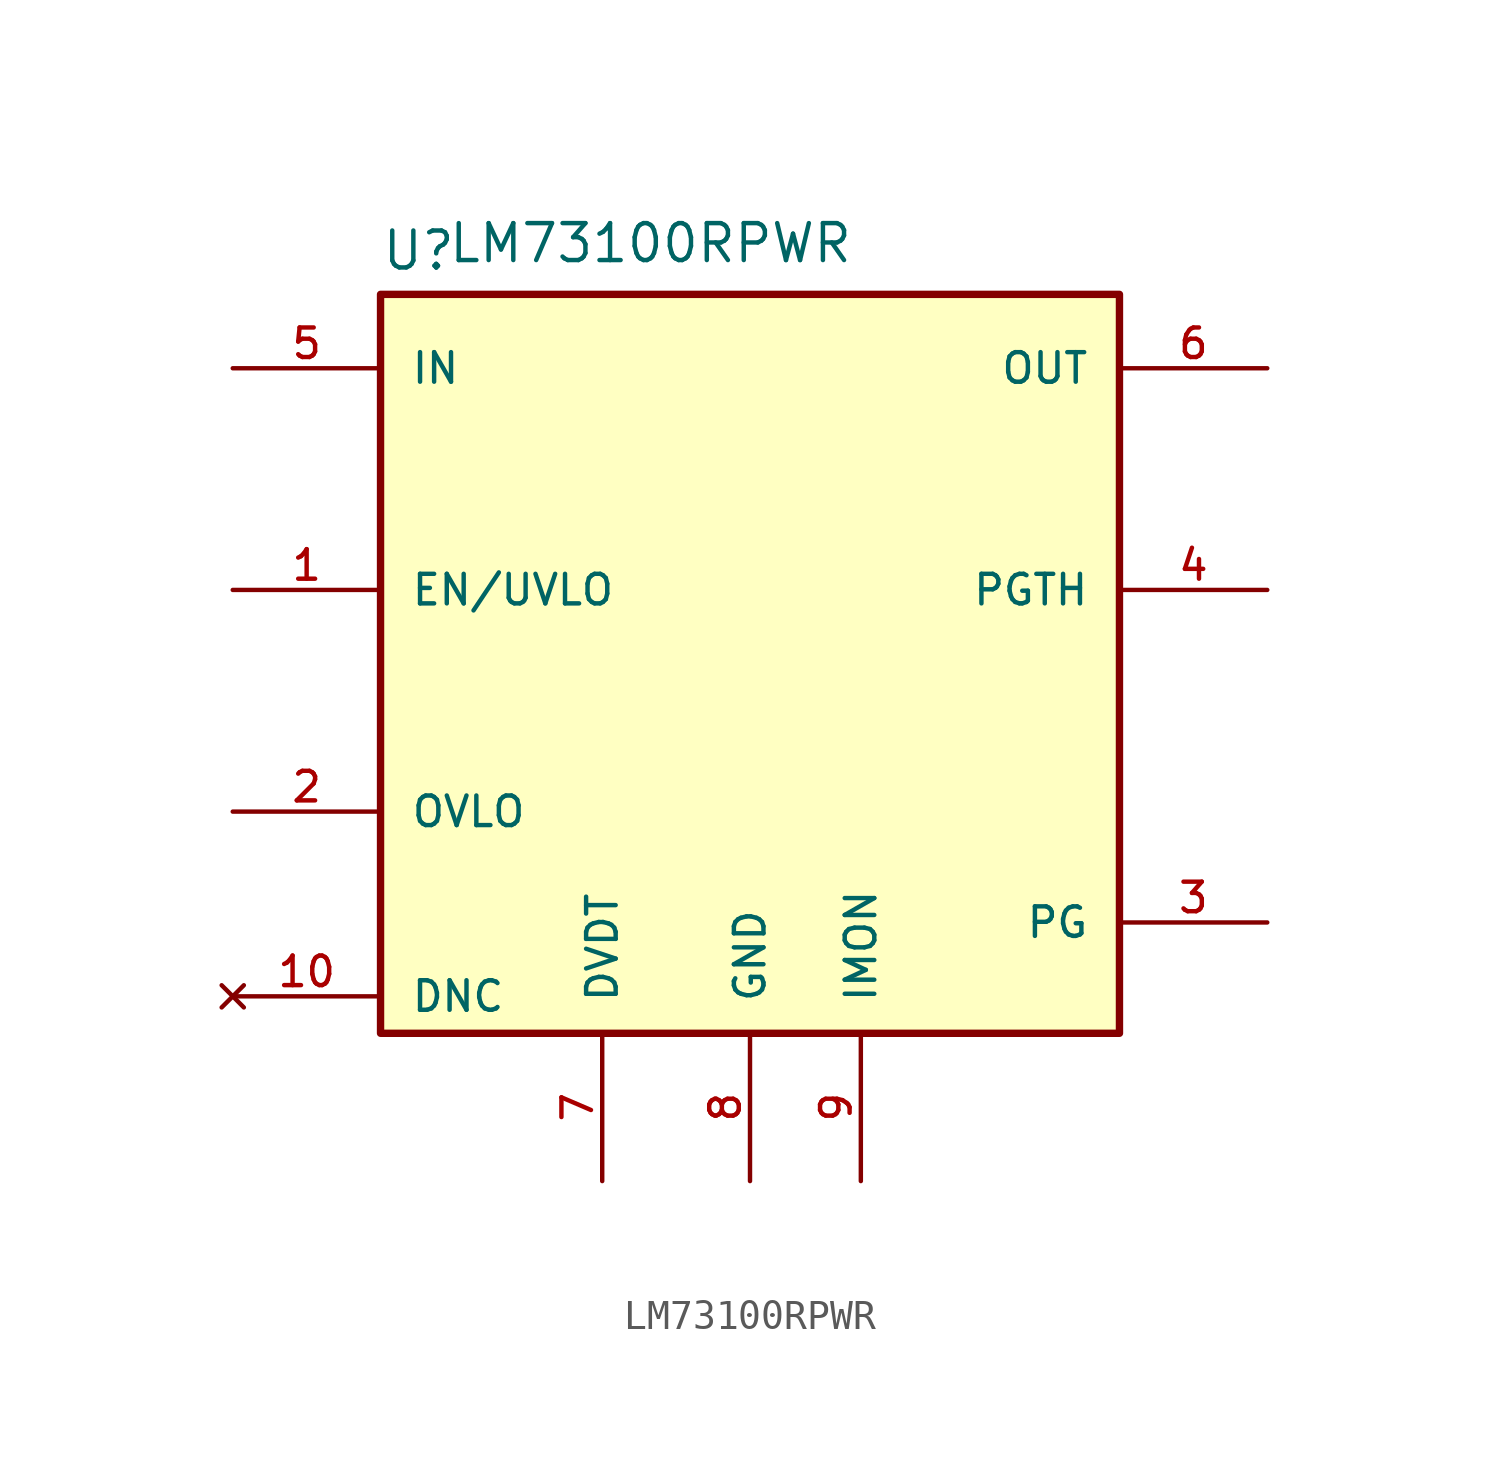
<source format=kicad_sym>
(kicad_symbol_lib
  (version 20241209)
  (generator "kicad_symbol_editor")
  (generator_version "9.0")
  (symbol "LM73100RPWR"
    (pin_names
      (offset 1.016))
    (property "Reference" "U"
      (at -12.7 13.462 0)
      (effects (font (size 1.27 1.27)) (justify left bottom)))
    (property "Value" "LM73100RPWR"
      (at -10.414 13.716 0)
      (effects (font (size 1.27 1.27)) (justify left bottom)))
    (symbol "LM73100RPWR_0_0"
      (rectangle (start -12.7 -12.7) (end 12.7 12.7) (stroke (width 0.254) (type default)) (fill (type background)))
      (pin input line (at -17.78 10.16 0) (length 5.08) (name "IN" (effects (font (size 1.016 1.016)))) (number "5" (effects (font (size 1.016 1.016)))))
      (pin input line (at -17.78 2.54 0) (length 5.08) (name "EN/UVLO" (effects (font (size 1.016 1.016)))) (number "1" (effects (font (size 1.016 1.016)))))
      (pin input line (at -17.78 -5.08 0) (length 5.08) (name "OVLO" (effects (font (size 1.016 1.016)))) (number "2" (effects (font (size 1.016 1.016)))))
      (pin no_connect line (at -17.78 -11.43 0) (length 5.08) (name "DNC" (effects (font (size 1.016 1.016)))) (number "10" (effects (font (size 1.016 1.016)))))
      (pin output line (at -5.08 -17.78 90) (length 5.08) (name "DVDT" (effects (font (size 1.016 1.016)))) (number "7" (effects (font (size 1.016 1.016)))))
      (pin power_in line (at 0 -17.78 90) (length 5.08) (name "GND" (effects (font (size 1.016 1.016)))) (number "8" (effects (font (size 1.016 1.016)))))
      (pin output line (at 3.81 -17.78 90) (length 5.08) (name "IMON" (effects (font (size 1.016 1.016)))) (number "9" (effects (font (size 1.016 1.016)))))
      (pin output line (at 17.78 10.16 180) (length 5.08) (name "OUT" (effects (font (size 1.016 1.016)))) (number "6" (effects (font (size 1.016 1.016)))))
      (pin input line (at 17.78 2.54 180) (length 5.08) (name "PGTH" (effects (font (size 1.016 1.016)))) (number "4" (effects (font (size 1.016 1.016)))))
      (pin output line (at 17.78 -8.89 180) (length 5.08) (name "PG" (effects (font (size 1.016 1.016)))) (number "3" (effects (font (size 1.016 1.016))))))))
</source>
